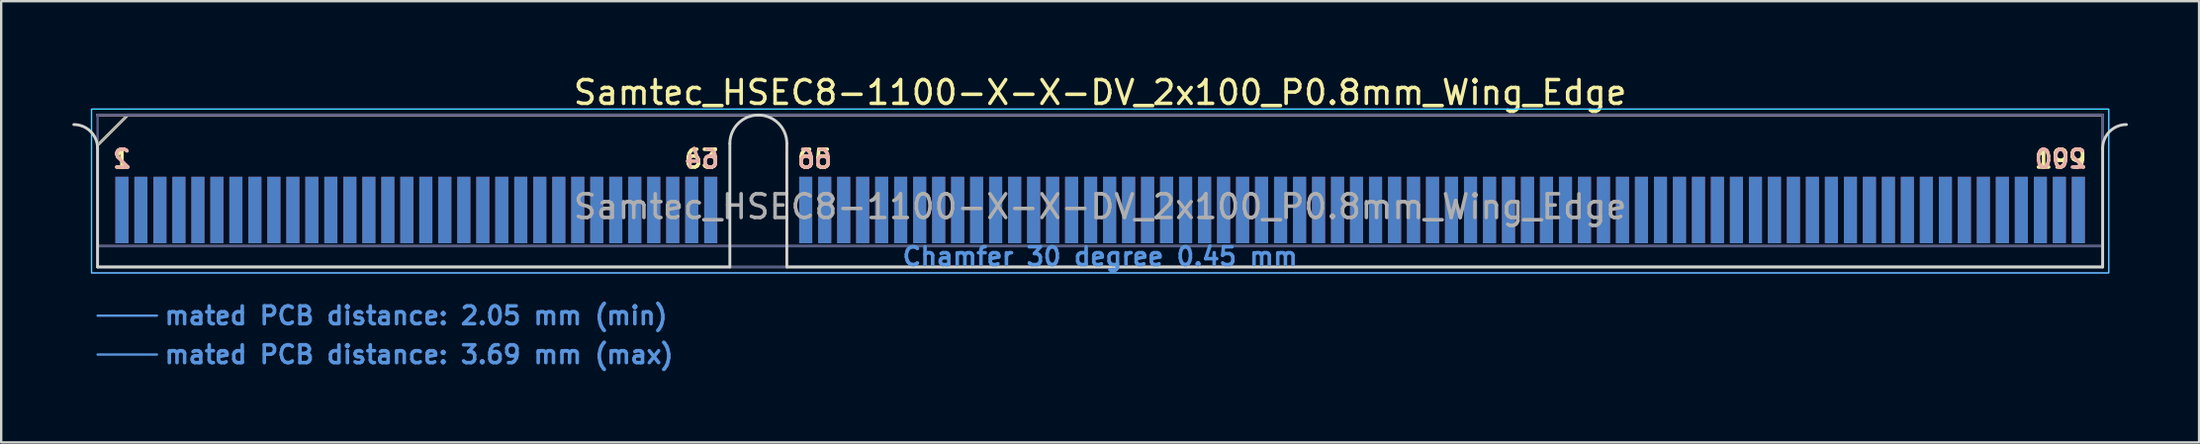
<source format=kicad_pcb>
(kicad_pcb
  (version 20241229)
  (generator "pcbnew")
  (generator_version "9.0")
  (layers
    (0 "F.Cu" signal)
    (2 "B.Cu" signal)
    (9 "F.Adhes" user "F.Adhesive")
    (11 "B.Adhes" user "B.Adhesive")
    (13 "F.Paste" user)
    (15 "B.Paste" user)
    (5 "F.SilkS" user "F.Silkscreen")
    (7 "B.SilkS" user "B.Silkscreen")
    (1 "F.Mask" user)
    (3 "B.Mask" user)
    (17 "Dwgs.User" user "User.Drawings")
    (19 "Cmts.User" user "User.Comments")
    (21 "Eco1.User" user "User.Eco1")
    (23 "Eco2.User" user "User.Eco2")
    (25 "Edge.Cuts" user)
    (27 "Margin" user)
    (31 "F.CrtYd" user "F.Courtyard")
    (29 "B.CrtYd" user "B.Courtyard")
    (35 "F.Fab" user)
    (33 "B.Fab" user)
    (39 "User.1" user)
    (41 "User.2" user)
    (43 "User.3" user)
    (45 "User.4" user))
  (footprint "Samtec_HSEC8-1100-X-X-DV_2x100_P0.8mm_Wing_Edge"
    (layer "F.Cu")
    (at 43.285 8.198)
    (property "Reference" "Samtec_HSEC8-1100-X-X-DV_2x100_P0.8mm_Wing_Edge" (at 0 -7.35 0) (layer "F.SilkS") (effects (font (size 1 1) (thickness 0.15))))
    (attr exclude_from_pos_files exclude_from_bom)
    (fp_line (start -42.225 -5.13) (end -40.955 -6.4) (stroke (width 0.12) (type solid)) (layer "F.SilkS"))
    (fp_line (start -40.955 -6.4) (end 42.225 -6.4) (stroke (width 0.12) (type solid)) (layer "F.SilkS"))
    (fp_line (start -42.225 -6.4) (end -42.225 -6.4) (stroke (width 0.12) (type solid)) (layer "B.SilkS"))
    (fp_line (start -42.225 -6.4) (end 42.225 -6.4) (stroke (width 0.12) (type solid)) (layer "B.SilkS"))
    (fp_line (start -42.225 2.05) (end -39.725 2.05) (stroke (width 0.1) (type solid)) (layer "Cmts.User"))
    (fp_line (start -42.225 3.69) (end -39.725 3.69) (stroke (width 0.1) (type solid)) (layer "Cmts.User"))
    (fp_line (start -42.225 -5) (end -42.225 0) (stroke (width 0.12) (type solid)) (layer "Edge.Cuts"))
    (fp_line (start -42.225 0) (end -15.595 0) (stroke (width 0.12) (type solid)) (layer "Edge.Cuts"))
    (fp_line (start -15.595 0) (end -15.595 -5.2) (stroke (width 0.12) (type solid)) (layer "Edge.Cuts"))
    (fp_line (start -13.195 -5.2) (end -13.195 0) (stroke (width 0.12) (type solid)) (layer "Edge.Cuts"))
    (fp_line (start -13.195 0) (end 42.225 0) (stroke (width 0.12) (type solid)) (layer "Edge.Cuts"))
    (fp_line (start 42.225 0) (end 42.225 -5) (stroke (width 0.12) (type solid)) (layer "Edge.Cuts"))
    (fp_arc (start -43.225 -6) (mid -42.517893 -5.707107) (end -42.225 -5) (stroke (width 0.12) (type solid)) (layer "Edge.Cuts"))
    (fp_arc (start -15.595 -5.2) (mid -14.395 -6.4) (end -13.195 -5.2) (stroke (width 0.12) (type solid)) (layer "Edge.Cuts"))
    (fp_arc (start 42.225 -5) (mid 42.517893 -5.707107) (end 43.225 -6) (stroke (width 0.12) (type solid)) (layer "Edge.Cuts"))
    (fp_rect (start -42.48 -6.65) (end 42.48 0.25) (stroke (width 0.05) (type solid)) (fill no) (layer "B.CrtYd"))
    (fp_rect (start -42.48 -6.65) (end 42.48 0.25) (stroke (width 0.05) (type solid)) (fill no) (layer "F.CrtYd"))
    (fp_line (start -42.225 -6.4) (end -42.225 -6.4) (stroke (width 0.1) (type solid)) (layer "B.Fab"))
    (fp_line (start -42.225 -6.4) (end -42.225 0) (stroke (width 0.1) (type solid)) (layer "B.Fab"))
    (fp_line (start -42.225 -6.4) (end 42.225 -6.4) (stroke (width 0.1) (type solid)) (layer "B.Fab"))
    (fp_line (start -42.225 -0.88) (end 42.225 -0.88) (stroke (width 0.1) (type solid)) (layer "B.Fab"))
    (fp_line (start -42.225 0) (end 42.225 0) (stroke (width 0.1) (type solid)) (layer "B.Fab"))
    (fp_line (start 42.225 -6.4) (end 42.225 0) (stroke (width 0.1) (type solid)) (layer "B.Fab"))
    (fp_line (start -42.225 -5.13) (end -42.225 0) (stroke (width 0.1) (type solid)) (layer "F.Fab"))
    (fp_line (start -42.225 -5.13) (end -40.955 -6.4) (stroke (width 0.1) (type solid)) (layer "F.Fab"))
    (fp_line (start -42.225 -0.88) (end 42.225 -0.88) (stroke (width 0.1) (type solid)) (layer "F.Fab"))
    (fp_line (start -42.225 0) (end 42.225 0) (stroke (width 0.1) (type solid)) (layer "F.Fab"))
    (fp_line (start -40.955 -6.4) (end 42.225 -6.4) (stroke (width 0.1) (type solid)) (layer "F.Fab"))
    (fp_line (start 42.225 -6.4) (end 42.225 0) (stroke (width 0.1) (type solid)) (layer "F.Fab"))
    (fp_text user "63" (at -16.775 -4.55 0) (layer "F.SilkS") (effects (font (size 0.75 0.75) (thickness 0.15))))
    (fp_text user "199" (at 40.45 -4.55 0) (layer "F.SilkS") (effects (font (size 0.75 0.75) (thickness 0.15))))
    (fp_text user "65" (at -12.025 -4.55 0) (layer "F.SilkS") (effects (font (size 0.75 0.75) (thickness 0.15))))
    (fp_text user "1" (at -41.2 -4.55 0) (layer "F.SilkS") (effects (font (size 0.75 0.75) (thickness 0.15))))
    (fp_text user "2" (at -41.2 -4.55 0) (layer "B.SilkS") (effects (font (size 0.75 0.75) (thickness 0.15)) (justify mirror)))
    (fp_text user "64" (at -16.775 -4.55 0) (layer "B.SilkS") (effects (font (size 0.75 0.75) (thickness 0.15)) (justify mirror)))
    (fp_text user "66" (at -12.025 -4.55 0) (layer "B.SilkS") (effects (font (size 0.75 0.75) (thickness 0.15)) (justify mirror)))
    (fp_text user "200" (at 40.45 -4.55 0) (layer "B.SilkS") (effects (font (size 0.75 0.75) (thickness 0.15)) (justify mirror)))
    (fp_text user "mated PCB distance: 3.69 mm (max)" (at -39.48 3.69 0) (layer "Cmts.User") (effects (font (size 0.75 0.75) (thickness 0.15)) (justify left)))
    (fp_text user "mated PCB distance: 2.05 mm (min)" (at -39.48 2.05 0) (layer "Cmts.User") (effects (font (size 0.75 0.75) (thickness 0.15)) (justify left)))
    (fp_text user "Chamfer 30 degree 0.45 mm" (at 0 -0.44 0) (layer "Cmts.User") (effects (font (size 0.75 0.75) (thickness 0.15))))
    (fp_text user "${REFERENCE}" (at 0 -2.54 0) (layer "F.Fab") (effects (font (size 1 1) (thickness 0.15))))
    (pad "1" connect rect (at -41.2 -2.4) (size 0.55 2.8) (layers "F.Cu" "F.Mask"))
    (pad "2" connect rect (at -41.2 -2.4) (size 0.55 2.8) (layers "B.Cu" "B.Mask"))
    (pad "3" connect rect (at -40.4 -2.4) (size 0.55 2.8) (layers "F.Cu" "F.Mask"))
    (pad "4" connect rect (at -40.4 -2.4) (size 0.55 2.8) (layers "B.Cu" "B.Mask"))
    (pad "5" connect rect (at -39.6 -2.4) (size 0.55 2.8) (layers "F.Cu" "F.Mask"))
    (pad "6" connect rect (at -39.6 -2.4) (size 0.55 2.8) (layers "B.Cu" "B.Mask"))
    (pad "7" connect rect (at -38.8 -2.4) (size 0.55 2.8) (layers "F.Cu" "F.Mask"))
    (pad "8" connect rect (at -38.8 -2.4) (size 0.55 2.8) (layers "B.Cu" "B.Mask"))
    (pad "9" connect rect (at -38 -2.4) (size 0.55 2.8) (layers "F.Cu" "F.Mask"))
    (pad "10" connect rect (at -38 -2.4) (size 0.55 2.8) (layers "B.Cu" "B.Mask"))
    (pad "11" connect rect (at -37.2 -2.4) (size 0.55 2.8) (layers "F.Cu" "F.Mask"))
    (pad "12" connect rect (at -37.2 -2.4) (size 0.55 2.8) (layers "B.Cu" "B.Mask"))
    (pad "13" connect rect (at -36.4 -2.4) (size 0.55 2.8) (layers "F.Cu" "F.Mask"))
    (pad "14" connect rect (at -36.4 -2.4) (size 0.55 2.8) (layers "B.Cu" "B.Mask"))
    (pad "15" connect rect (at -35.6 -2.4) (size 0.55 2.8) (layers "F.Cu" "F.Mask"))
    (pad "16" connect rect (at -35.6 -2.4) (size 0.55 2.8) (layers "B.Cu" "B.Mask"))
    (pad "17" connect rect (at -34.8 -2.4) (size 0.55 2.8) (layers "F.Cu" "F.Mask"))
    (pad "18" connect rect (at -34.8 -2.4) (size 0.55 2.8) (layers "B.Cu" "B.Mask"))
    (pad "19" connect rect (at -34 -2.4) (size 0.55 2.8) (layers "F.Cu" "F.Mask"))
    (pad "20" connect rect (at -34 -2.4) (size 0.55 2.8) (layers "B.Cu" "B.Mask"))
    (pad "21" connect rect (at -33.2 -2.4) (size 0.55 2.8) (layers "F.Cu" "F.Mask"))
    (pad "22" connect rect (at -33.2 -2.4) (size 0.55 2.8) (layers "B.Cu" "B.Mask"))
    (pad "23" connect rect (at -32.4 -2.4) (size 0.55 2.8) (layers "F.Cu" "F.Mask"))
    (pad "24" connect rect (at -32.4 -2.4) (size 0.55 2.8) (layers "B.Cu" "B.Mask"))
    (pad "25" connect rect (at -31.6 -2.4) (size 0.55 2.8) (layers "F.Cu" "F.Mask"))
    (pad "26" connect rect (at -31.6 -2.4) (size 0.55 2.8) (layers "B.Cu" "B.Mask"))
    (pad "27" connect rect (at -30.8 -2.4) (size 0.55 2.8) (layers "F.Cu" "F.Mask"))
    (pad "28" connect rect (at -30.8 -2.4) (size 0.55 2.8) (layers "B.Cu" "B.Mask"))
    (pad "29" connect rect (at -30 -2.4) (size 0.55 2.8) (layers "F.Cu" "F.Mask"))
    (pad "30" connect rect (at -30 -2.4) (size 0.55 2.8) (layers "B.Cu" "B.Mask"))
    (pad "31" connect rect (at -29.2 -2.4) (size 0.55 2.8) (layers "F.Cu" "F.Mask"))
    (pad "32" connect rect (at -29.2 -2.4) (size 0.55 2.8) (layers "B.Cu" "B.Mask"))
    (pad "33" connect rect (at -28.4 -2.4) (size 0.55 2.8) (layers "F.Cu" "F.Mask"))
    (pad "34" connect rect (at -28.4 -2.4) (size 0.55 2.8) (layers "B.Cu" "B.Mask"))
    (pad "35" connect rect (at -27.6 -2.4) (size 0.55 2.8) (layers "F.Cu" "F.Mask"))
    (pad "36" connect rect (at -27.6 -2.4) (size 0.55 2.8) (layers "B.Cu" "B.Mask"))
    (pad "37" connect rect (at -26.8 -2.4) (size 0.55 2.8) (layers "F.Cu" "F.Mask"))
    (pad "38" connect rect (at -26.8 -2.4) (size 0.55 2.8) (layers "B.Cu" "B.Mask"))
    (pad "39" connect rect (at -26 -2.4) (size 0.55 2.8) (layers "F.Cu" "F.Mask"))
    (pad "40" connect rect (at -26 -2.4) (size 0.55 2.8) (layers "B.Cu" "B.Mask"))
    (pad "41" connect rect (at -25.2 -2.4) (size 0.55 2.8) (layers "F.Cu" "F.Mask"))
    (pad "42" connect rect (at -25.2 -2.4) (size 0.55 2.8) (layers "B.Cu" "B.Mask"))
    (pad "43" connect rect (at -24.4 -2.4) (size 0.55 2.8) (layers "F.Cu" "F.Mask"))
    (pad "44" connect rect (at -24.4 -2.4) (size 0.55 2.8) (layers "B.Cu" "B.Mask"))
    (pad "45" connect rect (at -23.6 -2.4) (size 0.55 2.8) (layers "F.Cu" "F.Mask"))
    (pad "46" connect rect (at -23.6 -2.4) (size 0.55 2.8) (layers "B.Cu" "B.Mask"))
    (pad "47" connect rect (at -22.8 -2.4) (size 0.55 2.8) (layers "F.Cu" "F.Mask"))
    (pad "48" connect rect (at -22.8 -2.4) (size 0.55 2.8) (layers "B.Cu" "B.Mask"))
    (pad "49" connect rect (at -22 -2.4) (size 0.55 2.8) (layers "F.Cu" "F.Mask"))
    (pad "50" connect rect (at -22 -2.4) (size 0.55 2.8) (layers "B.Cu" "B.Mask"))
    (pad "51" connect rect (at -21.2 -2.4) (size 0.55 2.8) (layers "F.Cu" "F.Mask"))
    (pad "52" connect rect (at -21.2 -2.4) (size 0.55 2.8) (layers "B.Cu" "B.Mask"))
    (pad "53" connect rect (at -20.4 -2.4) (size 0.55 2.8) (layers "F.Cu" "F.Mask"))
    (pad "54" connect rect (at -20.4 -2.4) (size 0.55 2.8) (layers "B.Cu" "B.Mask"))
    (pad "55" connect rect (at -19.6 -2.4) (size 0.55 2.8) (layers "F.Cu" "F.Mask"))
    (pad "56" connect rect (at -19.6 -2.4) (size 0.55 2.8) (layers "B.Cu" "B.Mask"))
    (pad "57" connect rect (at -18.8 -2.4) (size 0.55 2.8) (layers "F.Cu" "F.Mask"))
    (pad "58" connect rect (at -18.8 -2.4) (size 0.55 2.8) (layers "B.Cu" "B.Mask"))
    (pad "59" connect rect (at -18 -2.4) (size 0.55 2.8) (layers "F.Cu" "F.Mask"))
    (pad "60" connect rect (at -18 -2.4) (size 0.55 2.8) (layers "B.Cu" "B.Mask"))
    (pad "61" connect rect (at -17.2 -2.4) (size 0.55 2.8) (layers "F.Cu" "F.Mask"))
    (pad "62" connect rect (at -17.2 -2.4) (size 0.55 2.8) (layers "B.Cu" "B.Mask"))
    (pad "63" connect rect (at -16.4 -2.4) (size 0.55 2.8) (layers "F.Cu" "F.Mask"))
    (pad "64" connect rect (at -16.4 -2.4) (size 0.55 2.8) (layers "B.Cu" "B.Mask"))
    (pad "65" connect rect (at -12.4 -2.4) (size 0.55 2.8) (layers "F.Cu" "F.Mask"))
    (pad "66" connect rect (at -12.4 -2.4) (size 0.55 2.8) (layers "B.Cu" "B.Mask"))
    (pad "67" connect rect (at -11.6 -2.4) (size 0.55 2.8) (layers "F.Cu" "F.Mask"))
    (pad "68" connect rect (at -11.6 -2.4) (size 0.55 2.8) (layers "B.Cu" "B.Mask"))
    (pad "69" connect rect (at -10.8 -2.4) (size 0.55 2.8) (layers "F.Cu" "F.Mask"))
    (pad "70" connect rect (at -10.8 -2.4) (size 0.55 2.8) (layers "B.Cu" "B.Mask"))
    (pad "71" connect rect (at -10 -2.4) (size 0.55 2.8) (layers "F.Cu" "F.Mask"))
    (pad "72" connect rect (at -10 -2.4) (size 0.55 2.8) (layers "B.Cu" "B.Mask"))
    (pad "73" connect rect (at -9.2 -2.4) (size 0.55 2.8) (layers "F.Cu" "F.Mask"))
    (pad "74" connect rect (at -9.2 -2.4) (size 0.55 2.8) (layers "B.Cu" "B.Mask"))
    (pad "75" connect rect (at -8.4 -2.4) (size 0.55 2.8) (layers "F.Cu" "F.Mask"))
    (pad "76" connect rect (at -8.4 -2.4) (size 0.55 2.8) (layers "B.Cu" "B.Mask"))
    (pad "77" connect rect (at -7.6 -2.4) (size 0.55 2.8) (layers "F.Cu" "F.Mask"))
    (pad "78" connect rect (at -7.6 -2.4) (size 0.55 2.8) (layers "B.Cu" "B.Mask"))
    (pad "79" connect rect (at -6.8 -2.4) (size 0.55 2.8) (layers "F.Cu" "F.Mask"))
    (pad "80" connect rect (at -6.8 -2.4) (size 0.55 2.8) (layers "B.Cu" "B.Mask"))
    (pad "81" connect rect (at -6 -2.4) (size 0.55 2.8) (layers "F.Cu" "F.Mask"))
    (pad "82" connect rect (at -6 -2.4) (size 0.55 2.8) (layers "B.Cu" "B.Mask"))
    (pad "83" connect rect (at -5.2 -2.4) (size 0.55 2.8) (layers "F.Cu" "F.Mask"))
    (pad "84" connect rect (at -5.2 -2.4) (size 0.55 2.8) (layers "B.Cu" "B.Mask"))
    (pad "85" connect rect (at -4.4 -2.4) (size 0.55 2.8) (layers "F.Cu" "F.Mask"))
    (pad "86" connect rect (at -4.4 -2.4) (size 0.55 2.8) (layers "B.Cu" "B.Mask"))
    (pad "87" connect rect (at -3.6 -2.4) (size 0.55 2.8) (layers "F.Cu" "F.Mask"))
    (pad "88" connect rect (at -3.6 -2.4) (size 0.55 2.8) (layers "B.Cu" "B.Mask"))
    (pad "89" connect rect (at -2.8 -2.4) (size 0.55 2.8) (layers "F.Cu" "F.Mask"))
    (pad "90" connect rect (at -2.8 -2.4) (size 0.55 2.8) (layers "B.Cu" "B.Mask"))
    (pad "91" connect rect (at -2 -2.4) (size 0.55 2.8) (layers "F.Cu" "F.Mask"))
    (pad "92" connect rect (at -2 -2.4) (size 0.55 2.8) (layers "B.Cu" "B.Mask"))
    (pad "93" connect rect (at -1.2 -2.4) (size 0.55 2.8) (layers "F.Cu" "F.Mask"))
    (pad "94" connect rect (at -1.2 -2.4) (size 0.55 2.8) (layers "B.Cu" "B.Mask"))
    (pad "95" connect rect (at -0.4 -2.4) (size 0.55 2.8) (layers "F.Cu" "F.Mask"))
    (pad "96" connect rect (at -0.4 -2.4) (size 0.55 2.8) (layers "B.Cu" "B.Mask"))
    (pad "97" connect rect (at 0.4 -2.4) (size 0.55 2.8) (layers "F.Cu" "F.Mask"))
    (pad "98" connect rect (at 0.4 -2.4) (size 0.55 2.8) (layers "B.Cu" "B.Mask"))
    (pad "99" connect rect (at 1.2 -2.4) (size 0.55 2.8) (layers "F.Cu" "F.Mask"))
    (pad "100" connect rect (at 1.2 -2.4) (size 0.55 2.8) (layers "B.Cu" "B.Mask"))
    (pad "101" connect rect (at 2 -2.4) (size 0.55 2.8) (layers "F.Cu" "F.Mask"))
    (pad "102" connect rect (at 2 -2.4) (size 0.55 2.8) (layers "B.Cu" "B.Mask"))
    (pad "103" connect rect (at 2.8 -2.4) (size 0.55 2.8) (layers "F.Cu" "F.Mask"))
    (pad "104" connect rect (at 2.8 -2.4) (size 0.55 2.8) (layers "B.Cu" "B.Mask"))
    (pad "105" connect rect (at 3.6 -2.4) (size 0.55 2.8) (layers "F.Cu" "F.Mask"))
    (pad "106" connect rect (at 3.6 -2.4) (size 0.55 2.8) (layers "B.Cu" "B.Mask"))
    (pad "107" connect rect (at 4.4 -2.4) (size 0.55 2.8) (layers "F.Cu" "F.Mask"))
    (pad "108" connect rect (at 4.4 -2.4) (size 0.55 2.8) (layers "B.Cu" "B.Mask"))
    (pad "109" connect rect (at 5.2 -2.4) (size 0.55 2.8) (layers "F.Cu" "F.Mask"))
    (pad "110" connect rect (at 5.2 -2.4) (size 0.55 2.8) (layers "B.Cu" "B.Mask"))
    (pad "111" connect rect (at 6 -2.4) (size 0.55 2.8) (layers "F.Cu" "F.Mask"))
    (pad "112" connect rect (at 6 -2.4) (size 0.55 2.8) (layers "B.Cu" "B.Mask"))
    (pad "113" connect rect (at 6.8 -2.4) (size 0.55 2.8) (layers "F.Cu" "F.Mask"))
    (pad "114" connect rect (at 6.8 -2.4) (size 0.55 2.8) (layers "B.Cu" "B.Mask"))
    (pad "115" connect rect (at 7.6 -2.4) (size 0.55 2.8) (layers "F.Cu" "F.Mask"))
    (pad "116" connect rect (at 7.6 -2.4) (size 0.55 2.8) (layers "B.Cu" "B.Mask"))
    (pad "117" connect rect (at 8.4 -2.4) (size 0.55 2.8) (layers "F.Cu" "F.Mask"))
    (pad "118" connect rect (at 8.4 -2.4) (size 0.55 2.8) (layers "B.Cu" "B.Mask"))
    (pad "119" connect rect (at 9.2 -2.4) (size 0.55 2.8) (layers "F.Cu" "F.Mask"))
    (pad "120" connect rect (at 9.2 -2.4) (size 0.55 2.8) (layers "B.Cu" "B.Mask"))
    (pad "121" connect rect (at 10 -2.4) (size 0.55 2.8) (layers "F.Cu" "F.Mask"))
    (pad "122" connect rect (at 10 -2.4) (size 0.55 2.8) (layers "B.Cu" "B.Mask"))
    (pad "123" connect rect (at 10.8 -2.4) (size 0.55 2.8) (layers "F.Cu" "F.Mask"))
    (pad "124" connect rect (at 10.8 -2.4) (size 0.55 2.8) (layers "B.Cu" "B.Mask"))
    (pad "125" connect rect (at 11.6 -2.4) (size 0.55 2.8) (layers "F.Cu" "F.Mask"))
    (pad "126" connect rect (at 11.6 -2.4) (size 0.55 2.8) (layers "B.Cu" "B.Mask"))
    (pad "127" connect rect (at 12.4 -2.4) (size 0.55 2.8) (layers "F.Cu" "F.Mask"))
    (pad "128" connect rect (at 12.4 -2.4) (size 0.55 2.8) (layers "B.Cu" "B.Mask"))
    (pad "129" connect rect (at 13.2 -2.4) (size 0.55 2.8) (layers "F.Cu" "F.Mask"))
    (pad "130" connect rect (at 13.2 -2.4) (size 0.55 2.8) (layers "B.Cu" "B.Mask"))
    (pad "131" connect rect (at 14 -2.4) (size 0.55 2.8) (layers "F.Cu" "F.Mask"))
    (pad "132" connect rect (at 14 -2.4) (size 0.55 2.8) (layers "B.Cu" "B.Mask"))
    (pad "133" connect rect (at 14.8 -2.4) (size 0.55 2.8) (layers "F.Cu" "F.Mask"))
    (pad "134" connect rect (at 14.8 -2.4) (size 0.55 2.8) (layers "B.Cu" "B.Mask"))
    (pad "135" connect rect (at 15.6 -2.4) (size 0.55 2.8) (layers "F.Cu" "F.Mask"))
    (pad "136" connect rect (at 15.6 -2.4) (size 0.55 2.8) (layers "B.Cu" "B.Mask"))
    (pad "137" connect rect (at 16.4 -2.4) (size 0.55 2.8) (layers "F.Cu" "F.Mask"))
    (pad "138" connect rect (at 16.4 -2.4) (size 0.55 2.8) (layers "B.Cu" "B.Mask"))
    (pad "139" connect rect (at 17.2 -2.4) (size 0.55 2.8) (layers "F.Cu" "F.Mask"))
    (pad "140" connect rect (at 17.2 -2.4) (size 0.55 2.8) (layers "B.Cu" "B.Mask"))
    (pad "141" connect rect (at 18 -2.4) (size 0.55 2.8) (layers "F.Cu" "F.Mask"))
    (pad "142" connect rect (at 18 -2.4) (size 0.55 2.8) (layers "B.Cu" "B.Mask"))
    (pad "143" connect rect (at 18.8 -2.4) (size 0.55 2.8) (layers "F.Cu" "F.Mask"))
    (pad "144" connect rect (at 18.8 -2.4) (size 0.55 2.8) (layers "B.Cu" "B.Mask"))
    (pad "145" connect rect (at 19.6 -2.4) (size 0.55 2.8) (layers "F.Cu" "F.Mask"))
    (pad "146" connect rect (at 19.6 -2.4) (size 0.55 2.8) (layers "B.Cu" "B.Mask"))
    (pad "147" connect rect (at 20.4 -2.4) (size 0.55 2.8) (layers "F.Cu" "F.Mask"))
    (pad "148" connect rect (at 20.4 -2.4) (size 0.55 2.8) (layers "B.Cu" "B.Mask"))
    (pad "149" connect rect (at 21.2 -2.4) (size 0.55 2.8) (layers "F.Cu" "F.Mask"))
    (pad "150" connect rect (at 21.2 -2.4) (size 0.55 2.8) (layers "B.Cu" "B.Mask"))
    (pad "151" connect rect (at 22 -2.4) (size 0.55 2.8) (layers "F.Cu" "F.Mask"))
    (pad "152" connect rect (at 22 -2.4) (size 0.55 2.8) (layers "B.Cu" "B.Mask"))
    (pad "153" connect rect (at 22.8 -2.4) (size 0.55 2.8) (layers "F.Cu" "F.Mask"))
    (pad "154" connect rect (at 22.8 -2.4) (size 0.55 2.8) (layers "B.Cu" "B.Mask"))
    (pad "155" connect rect (at 23.6 -2.4) (size 0.55 2.8) (layers "F.Cu" "F.Mask"))
    (pad "156" connect rect (at 23.6 -2.4) (size 0.55 2.8) (layers "B.Cu" "B.Mask"))
    (pad "157" connect rect (at 24.4 -2.4) (size 0.55 2.8) (layers "F.Cu" "F.Mask"))
    (pad "158" connect rect (at 24.4 -2.4) (size 0.55 2.8) (layers "B.Cu" "B.Mask"))
    (pad "159" connect rect (at 25.2 -2.4) (size 0.55 2.8) (layers "F.Cu" "F.Mask"))
    (pad "160" connect rect (at 25.2 -2.4) (size 0.55 2.8) (layers "B.Cu" "B.Mask"))
    (pad "161" connect rect (at 26 -2.4) (size 0.55 2.8) (layers "F.Cu" "F.Mask"))
    (pad "162" connect rect (at 26 -2.4) (size 0.55 2.8) (layers "B.Cu" "B.Mask"))
    (pad "163" connect rect (at 26.8 -2.4) (size 0.55 2.8) (layers "F.Cu" "F.Mask"))
    (pad "164" connect rect (at 26.8 -2.4) (size 0.55 2.8) (layers "B.Cu" "B.Mask"))
    (pad "165" connect rect (at 27.6 -2.4) (size 0.55 2.8) (layers "F.Cu" "F.Mask"))
    (pad "166" connect rect (at 27.6 -2.4) (size 0.55 2.8) (layers "B.Cu" "B.Mask"))
    (pad "167" connect rect (at 28.4 -2.4) (size 0.55 2.8) (layers "F.Cu" "F.Mask"))
    (pad "168" connect rect (at 28.4 -2.4) (size 0.55 2.8) (layers "B.Cu" "B.Mask"))
    (pad "169" connect rect (at 29.2 -2.4) (size 0.55 2.8) (layers "F.Cu" "F.Mask"))
    (pad "170" connect rect (at 29.2 -2.4) (size 0.55 2.8) (layers "B.Cu" "B.Mask"))
    (pad "171" connect rect (at 30 -2.4) (size 0.55 2.8) (layers "F.Cu" "F.Mask"))
    (pad "172" connect rect (at 30 -2.4) (size 0.55 2.8) (layers "B.Cu" "B.Mask"))
    (pad "173" connect rect (at 30.8 -2.4) (size 0.55 2.8) (layers "F.Cu" "F.Mask"))
    (pad "174" connect rect (at 30.8 -2.4) (size 0.55 2.8) (layers "B.Cu" "B.Mask"))
    (pad "175" connect rect (at 31.6 -2.4) (size 0.55 2.8) (layers "F.Cu" "F.Mask"))
    (pad "176" connect rect (at 31.6 -2.4) (size 0.55 2.8) (layers "B.Cu" "B.Mask"))
    (pad "177" connect rect (at 32.4 -2.4) (size 0.55 2.8) (layers "F.Cu" "F.Mask"))
    (pad "178" connect rect (at 32.4 -2.4) (size 0.55 2.8) (layers "B.Cu" "B.Mask"))
    (pad "179" connect rect (at 33.2 -2.4) (size 0.55 2.8) (layers "F.Cu" "F.Mask"))
    (pad "180" connect rect (at 33.2 -2.4) (size 0.55 2.8) (layers "B.Cu" "B.Mask"))
    (pad "181" connect rect (at 34 -2.4) (size 0.55 2.8) (layers "F.Cu" "F.Mask"))
    (pad "182" connect rect (at 34 -2.4) (size 0.55 2.8) (layers "B.Cu" "B.Mask"))
    (pad "183" connect rect (at 34.8 -2.4) (size 0.55 2.8) (layers "F.Cu" "F.Mask"))
    (pad "184" connect rect (at 34.8 -2.4) (size 0.55 2.8) (layers "B.Cu" "B.Mask"))
    (pad "185" connect rect (at 35.6 -2.4) (size 0.55 2.8) (layers "F.Cu" "F.Mask"))
    (pad "186" connect rect (at 35.6 -2.4) (size 0.55 2.8) (layers "B.Cu" "B.Mask"))
    (pad "187" connect rect (at 36.4 -2.4) (size 0.55 2.8) (layers "F.Cu" "F.Mask"))
    (pad "188" connect rect (at 36.4 -2.4) (size 0.55 2.8) (layers "B.Cu" "B.Mask"))
    (pad "189" connect rect (at 37.2 -2.4) (size 0.55 2.8) (layers "F.Cu" "F.Mask"))
    (pad "190" connect rect (at 37.2 -2.4) (size 0.55 2.8) (layers "B.Cu" "B.Mask"))
    (pad "191" connect rect (at 38 -2.4) (size 0.55 2.8) (layers "F.Cu" "F.Mask"))
    (pad "192" connect rect (at 38 -2.4) (size 0.55 2.8) (layers "B.Cu" "B.Mask"))
    (pad "193" connect rect (at 38.8 -2.4) (size 0.55 2.8) (layers "F.Cu" "F.Mask"))
    (pad "194" connect rect (at 38.8 -2.4) (size 0.55 2.8) (layers "B.Cu" "B.Mask"))
    (pad "195" connect rect (at 39.6 -2.4) (size 0.55 2.8) (layers "F.Cu" "F.Mask"))
    (pad "196" connect rect (at 39.6 -2.4) (size 0.55 2.8) (layers "B.Cu" "B.Mask"))
    (pad "197" connect rect (at 40.4 -2.4) (size 0.55 2.8) (layers "F.Cu" "F.Mask"))
    (pad "198" connect rect (at 40.4 -2.4) (size 0.55 2.8) (layers "B.Cu" "B.Mask"))
    (pad "199" connect rect (at 41.2 -2.4) (size 0.55 2.8) (layers "F.Cu" "F.Mask"))
    (pad "200" connect rect (at 41.2 -2.4) (size 0.55 2.8) (layers "B.Cu" "B.Mask")))
  (gr_rect
    (start -3 -3)
    (end 89.57 15.59)
    (stroke (width 0.1) (type default))
    (fill no)
    (layer "Edge.Cuts")))
</source>
